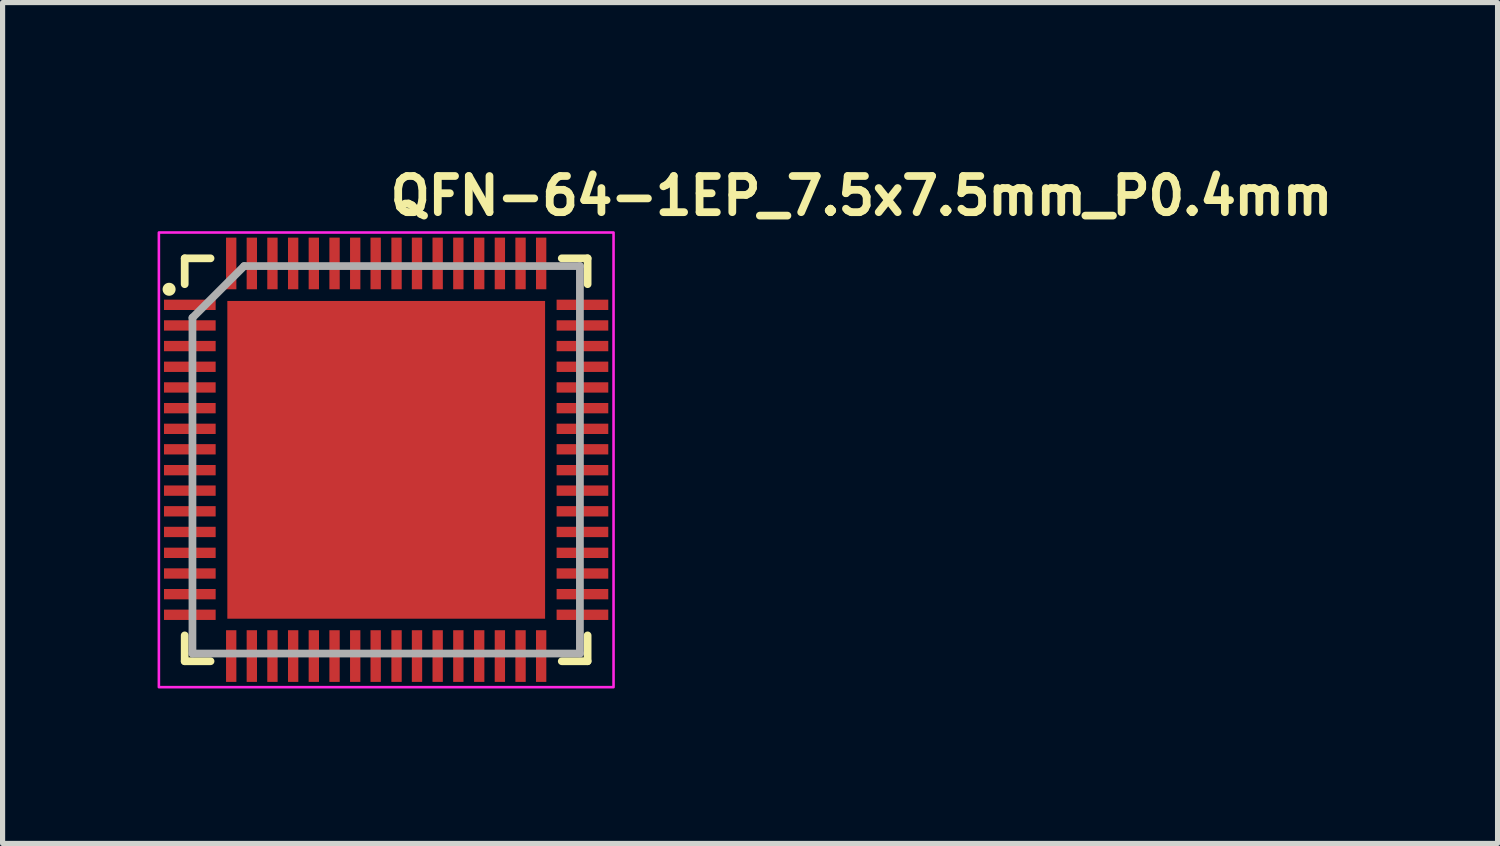
<source format=kicad_pcb>
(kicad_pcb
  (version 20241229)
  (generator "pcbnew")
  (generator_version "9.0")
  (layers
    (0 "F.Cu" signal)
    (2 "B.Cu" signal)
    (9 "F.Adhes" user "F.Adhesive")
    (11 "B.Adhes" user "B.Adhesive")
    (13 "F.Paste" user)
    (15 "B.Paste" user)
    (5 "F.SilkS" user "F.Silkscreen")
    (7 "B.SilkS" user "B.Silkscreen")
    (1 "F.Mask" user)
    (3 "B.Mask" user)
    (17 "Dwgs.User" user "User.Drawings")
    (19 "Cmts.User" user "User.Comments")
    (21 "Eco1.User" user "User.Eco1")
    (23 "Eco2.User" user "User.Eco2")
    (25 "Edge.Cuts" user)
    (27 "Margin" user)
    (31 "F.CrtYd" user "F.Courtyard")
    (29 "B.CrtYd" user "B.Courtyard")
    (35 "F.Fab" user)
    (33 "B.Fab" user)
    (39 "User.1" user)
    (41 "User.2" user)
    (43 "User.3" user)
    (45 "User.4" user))
  (footprint "QFN-64-1EP_7.5x7.5mm_P0.4mm"
    (layer "F.Cu")
    (at 4.425 5.85)
    (property "Reference" "QFN-64-1EP_7.5x7.5mm_P0.4mm" (at 0 -4.7 0) (layer "F.SilkS") (effects (font (size 0.7 0.7) (thickness 0.15)) (justify left bottom)))
    (attr smd)
    (fp_line (start -3.9 -3.9) (end -3.4 -3.9) (stroke (width 0.15) (type solid)) (layer "F.SilkS"))
    (fp_line (start -3.9 -3.4) (end -3.9 -3.9) (stroke (width 0.15) (type solid)) (layer "F.SilkS"))
    (fp_line (start -3.9 3.898) (end -3.9 3.398) (stroke (width 0.15) (type solid)) (layer "F.SilkS"))
    (fp_line (start -3.4 3.898) (end -3.9 3.898) (stroke (width 0.15) (type solid)) (layer "F.SilkS"))
    (fp_line (start 3.398 -3.9) (end 3.898 -3.9) (stroke (width 0.15) (type solid)) (layer "F.SilkS"))
    (fp_line (start 3.398 3.898) (end 3.898 3.898) (stroke (width 0.15) (type solid)) (layer "F.SilkS"))
    (fp_line (start 3.898 -3.9) (end 3.898 -3.4) (stroke (width 0.15) (type solid)) (layer "F.SilkS"))
    (fp_line (start 3.898 3.898) (end 3.898 3.398) (stroke (width 0.15) (type solid)) (layer "F.SilkS"))
    (fp_circle (center -4.202 -3.301) (end -4.151 -3.301) (stroke (width 0.15) (type solid)) (fill yes) (layer "F.SilkS"))
    (fp_poly (pts (xy -2.681 1.126) (xy -1.18 1.126) (xy -1.18 2.68) (xy -2.681 2.68)) (stroke (width 0.01) (type solid)) (fill yes) (layer "F.Paste"))
    (fp_poly (pts (xy -1.17 -1.131) (xy -2.67 -1.131) (xy -2.67 -2.681) (xy -1.17 -2.681)) (stroke (width 0.01) (type solid)) (fill yes) (layer "F.Paste"))
    (fp_poly (pts (xy -1.17 0.77) (xy -2.67 0.77) (xy -2.67 -0.784) (xy -1.17 -0.784)) (stroke (width 0.01) (type solid)) (fill yes) (layer "F.Paste"))
    (fp_poly (pts (xy -0.73 1.126) (xy 0.77 1.126) (xy 0.77 2.68) (xy -0.73 2.68)) (stroke (width 0.01) (type solid)) (fill yes) (layer "F.Paste"))
    (fp_poly (pts (xy 0.726 -1.131) (xy -0.774 -1.131) (xy -0.774 -2.681) (xy 0.726 -2.681)) (stroke (width 0.01) (type solid)) (fill yes) (layer "F.Paste"))
    (fp_poly (pts (xy 0.726 0.77) (xy -0.774 0.77) (xy -0.774 -0.784) (xy 0.726 -0.784)) (stroke (width 0.01) (type solid)) (fill yes) (layer "F.Paste"))
    (fp_poly (pts (xy 1.169 1.126) (xy 2.668 1.126) (xy 2.668 2.68) (xy 1.169 2.68)) (stroke (width 0.01) (type solid)) (fill yes) (layer "F.Paste"))
    (fp_poly (pts (xy 2.68 -1.131) (xy 1.179 -1.131) (xy 1.179 -2.681) (xy 2.68 -2.681)) (stroke (width 0.01) (type solid)) (fill yes) (layer "F.Paste"))
    (fp_poly (pts (xy 2.68 0.77) (xy 1.179 0.77) (xy 1.179 -0.784) (xy 2.68 -0.784)) (stroke (width 0.01) (type solid)) (fill yes) (layer "F.Paste"))
    (fp_rect (start -4.4 -4.4) (end 4.4 4.4) (stroke (width 0.05) (type solid)) (fill no) (layer "F.CrtYd"))
    (fp_line (start -3.75 -2.75) (end -3.75 3.749) (stroke (width 0.15) (type solid)) (layer "F.Fab"))
    (fp_line (start -3.75 3.749) (end 3.749 3.749) (stroke (width 0.15) (type solid)) (layer "F.Fab"))
    (fp_line (start -2.75 -3.75) (end -3.75 -2.75) (stroke (width 0.15) (type solid)) (layer "F.Fab"))
    (fp_line (start 3.749 -3.75) (end -2.75 -3.75) (stroke (width 0.15) (type solid)) (layer "F.Fab"))
    (fp_line (start 3.749 3.749) (end 3.749 -3.75) (stroke (width 0.15) (type solid)) (layer "F.Fab"))
    (fp_rect (start -4 -4) (end 3.999 3.999) (stroke (width 0.1) (type solid)) (fill no) (layer "User.5"))
    (fp_line (start -4 -4) (end -4 3.999) (stroke (width 0.02) (type solid)) (layer "User.9"))
    (fp_line (start -4 3.999) (end 3.999 3.999) (stroke (width 0.02) (type solid)) (layer "User.9"))
    (fp_line (start -3.758 -3.456) (end -3.758 -3.456) (stroke (width 0.02) (type solid)) (layer "User.9"))
    (fp_line (start -3.758 -3.456) (end -3.758 -3.456) (stroke (width 0.02) (type solid)) (layer "User.9"))
    (fp_line (start -3.758 -3.456) (end -3.757 -3.442) (stroke (width 0.02) (type solid)) (layer "User.9"))
    (fp_line (start -3.758 -3.456) (end -3.757 -3.442) (stroke (width 0.02) (type solid)) (layer "User.9"))
    (fp_line (start -3.757 -3.471) (end -3.758 -3.456) (stroke (width 0.02) (type solid)) (layer "User.9"))
    (fp_line (start -3.757 -3.471) (end -3.758 -3.456) (stroke (width 0.02) (type solid)) (layer "User.9"))
    (fp_line (start -3.757 -3.442) (end -3.755 -3.427) (stroke (width 0.02) (type solid)) (layer "User.9"))
    (fp_line (start -3.757 -3.442) (end -3.755 -3.427) (stroke (width 0.02) (type solid)) (layer "User.9"))
    (fp_line (start -3.755 -3.484) (end -3.757 -3.471) (stroke (width 0.02) (type solid)) (layer "User.9"))
    (fp_line (start -3.755 -3.484) (end -3.757 -3.471) (stroke (width 0.02) (type solid)) (layer "User.9"))
    (fp_line (start -3.755 -3.427) (end -3.754 -3.414) (stroke (width 0.02) (type solid)) (layer "User.9"))
    (fp_line (start -3.755 -3.427) (end -3.754 -3.414) (stroke (width 0.02) (type solid)) (layer "User.9"))
    (fp_line (start -3.754 -3.499) (end -3.755 -3.484) (stroke (width 0.02) (type solid)) (layer "User.9"))
    (fp_line (start -3.754 -3.499) (end -3.755 -3.484) (stroke (width 0.02) (type solid)) (layer "User.9"))
    (fp_line (start -3.754 -3.414) (end -3.751 -3.399) (stroke (width 0.02) (type solid)) (layer "User.9"))
    (fp_line (start -3.754 -3.414) (end -3.751 -3.399) (stroke (width 0.02) (type solid)) (layer "User.9"))
    (fp_line (start -3.751 -3.512) (end -3.754 -3.499) (stroke (width 0.02) (type solid)) (layer "User.9"))
    (fp_line (start -3.751 -3.512) (end -3.754 -3.499) (stroke (width 0.02) (type solid)) (layer "User.9"))
    (fp_line (start -3.751 -3.399) (end -3.749 -3.387) (stroke (width 0.02) (type solid)) (layer "User.9"))
    (fp_line (start -3.751 -3.399) (end -3.749 -3.387) (stroke (width 0.02) (type solid)) (layer "User.9"))
    (fp_line (start -3.749 -3.527) (end -3.751 -3.512) (stroke (width 0.02) (type solid)) (layer "User.9"))
    (fp_line (start -3.749 -3.527) (end -3.751 -3.512) (stroke (width 0.02) (type solid)) (layer "User.9"))
    (fp_line (start -3.749 -3.387) (end -3.745 -3.374) (stroke (width 0.02) (type solid)) (layer "User.9"))
    (fp_line (start -3.749 -3.387) (end -3.745 -3.374) (stroke (width 0.02) (type solid)) (layer "User.9"))
    (fp_line (start -3.745 -3.54) (end -3.749 -3.527) (stroke (width 0.02) (type solid)) (layer "User.9"))
    (fp_line (start -3.745 -3.54) (end -3.749 -3.527) (stroke (width 0.02) (type solid)) (layer "User.9"))
    (fp_line (start -3.745 -3.374) (end -3.741 -3.36) (stroke (width 0.02) (type solid)) (layer "User.9"))
    (fp_line (start -3.745 -3.374) (end -3.741 -3.36) (stroke (width 0.02) (type solid)) (layer "User.9"))
    (fp_line (start -3.741 -3.552) (end -3.745 -3.54) (stroke (width 0.02) (type solid)) (layer "User.9"))
    (fp_line (start -3.741 -3.552) (end -3.745 -3.54) (stroke (width 0.02) (type solid)) (layer "User.9"))
    (fp_line (start -3.741 -3.36) (end -3.735 -3.347) (stroke (width 0.02) (type solid)) (layer "User.9"))
    (fp_line (start -3.741 -3.36) (end -3.735 -3.347) (stroke (width 0.02) (type solid)) (layer "User.9"))
    (fp_line (start -3.735 -3.565) (end -3.741 -3.552) (stroke (width 0.02) (type solid)) (layer "User.9"))
    (fp_line (start -3.735 -3.565) (end -3.741 -3.552) (stroke (width 0.02) (type solid)) (layer "User.9"))
    (fp_line (start -3.735 -3.347) (end -3.73 -3.335) (stroke (width 0.02) (type solid)) (layer "User.9"))
    (fp_line (start -3.735 -3.347) (end -3.73 -3.335) (stroke (width 0.02) (type solid)) (layer "User.9"))
    (fp_line (start -3.73 -3.577) (end -3.735 -3.565) (stroke (width 0.02) (type solid)) (layer "User.9"))
    (fp_line (start -3.73 -3.577) (end -3.735 -3.565) (stroke (width 0.02) (type solid)) (layer "User.9"))
    (fp_line (start -3.73 -3.335) (end -3.723 -3.322) (stroke (width 0.02) (type solid)) (layer "User.9"))
    (fp_line (start -3.73 -3.335) (end -3.723 -3.322) (stroke (width 0.02) (type solid)) (layer "User.9"))
    (fp_line (start -3.723 -3.589) (end -3.73 -3.577) (stroke (width 0.02) (type solid)) (layer "User.9"))
    (fp_line (start -3.723 -3.589) (end -3.73 -3.577) (stroke (width 0.02) (type solid)) (layer "User.9"))
    (fp_line (start -3.723 -3.322) (end -3.717 -3.311) (stroke (width 0.02) (type solid)) (layer "User.9"))
    (fp_line (start -3.723 -3.322) (end -3.717 -3.311) (stroke (width 0.02) (type solid)) (layer "User.9"))
    (fp_line (start -3.717 -3.601) (end -3.723 -3.589) (stroke (width 0.02) (type solid)) (layer "User.9"))
    (fp_line (start -3.717 -3.601) (end -3.723 -3.589) (stroke (width 0.02) (type solid)) (layer "User.9"))
    (fp_line (start -3.717 -3.311) (end -3.709 -3.299) (stroke (width 0.02) (type solid)) (layer "User.9"))
    (fp_line (start -3.717 -3.311) (end -3.709 -3.299) (stroke (width 0.02) (type solid)) (layer "User.9"))
    (fp_line (start -3.709 -3.613) (end -3.717 -3.601) (stroke (width 0.02) (type solid)) (layer "User.9"))
    (fp_line (start -3.709 -3.613) (end -3.717 -3.601) (stroke (width 0.02) (type solid)) (layer "User.9"))
    (fp_line (start -3.709 -3.299) (end -3.701 -3.289) (stroke (width 0.02) (type solid)) (layer "User.9"))
    (fp_line (start -3.709 -3.299) (end -3.701 -3.289) (stroke (width 0.02) (type solid)) (layer "User.9"))
    (fp_line (start -3.701 -3.624) (end -3.709 -3.613) (stroke (width 0.02) (type solid)) (layer "User.9"))
    (fp_line (start -3.701 -3.624) (end -3.709 -3.613) (stroke (width 0.02) (type solid)) (layer "User.9"))
    (fp_line (start -3.701 -3.289) (end -3.693 -3.278) (stroke (width 0.02) (type solid)) (layer "User.9"))
    (fp_line (start -3.701 -3.289) (end -3.693 -3.278) (stroke (width 0.02) (type solid)) (layer "User.9"))
    (fp_line (start -3.693 -3.634) (end -3.701 -3.624) (stroke (width 0.02) (type solid)) (layer "User.9"))
    (fp_line (start -3.693 -3.634) (end -3.701 -3.624) (stroke (width 0.02) (type solid)) (layer "User.9"))
    (fp_line (start -3.693 -3.278) (end -3.685 -3.269) (stroke (width 0.02) (type solid)) (layer "User.9"))
    (fp_line (start -3.693 -3.278) (end -3.685 -3.269) (stroke (width 0.02) (type solid)) (layer "User.9"))
    (fp_line (start -3.685 -3.645) (end -3.693 -3.634) (stroke (width 0.02) (type solid)) (layer "User.9"))
    (fp_line (start -3.685 -3.645) (end -3.693 -3.634) (stroke (width 0.02) (type solid)) (layer "User.9"))
    (fp_line (start -3.685 -3.269) (end -3.676 -3.258) (stroke (width 0.02) (type solid)) (layer "User.9"))
    (fp_line (start -3.685 -3.269) (end -3.676 -3.258) (stroke (width 0.02) (type solid)) (layer "User.9"))
    (fp_line (start -3.676 -3.654) (end -3.685 -3.645) (stroke (width 0.02) (type solid)) (layer "User.9"))
    (fp_line (start -3.676 -3.654) (end -3.685 -3.645) (stroke (width 0.02) (type solid)) (layer "User.9"))
    (fp_line (start -3.676 -3.258) (end -3.665 -3.25) (stroke (width 0.02) (type solid)) (layer "User.9"))
    (fp_line (start -3.676 -3.258) (end -3.665 -3.25) (stroke (width 0.02) (type solid)) (layer "User.9"))
    (fp_line (start -3.665 -3.664) (end -3.676 -3.654) (stroke (width 0.02) (type solid)) (layer "User.9"))
    (fp_line (start -3.665 -3.664) (end -3.676 -3.654) (stroke (width 0.02) (type solid)) (layer "User.9"))
    (fp_line (start -3.665 -3.25) (end -3.656 -3.241) (stroke (width 0.02) (type solid)) (layer "User.9"))
    (fp_line (start -3.665 -3.25) (end -3.656 -3.241) (stroke (width 0.02) (type solid)) (layer "User.9"))
    (fp_line (start -3.656 -3.673) (end -3.665 -3.664) (stroke (width 0.02) (type solid)) (layer "User.9"))
    (fp_line (start -3.656 -3.673) (end -3.665 -3.664) (stroke (width 0.02) (type solid)) (layer "User.9"))
    (fp_line (start -3.656 -3.241) (end -3.645 -3.231) (stroke (width 0.02) (type solid)) (layer "User.9"))
    (fp_line (start -3.656 -3.241) (end -3.645 -3.231) (stroke (width 0.02) (type solid)) (layer "User.9"))
    (fp_line (start -3.645 -3.681) (end -3.656 -3.673) (stroke (width 0.02) (type solid)) (layer "User.9"))
    (fp_line (start -3.645 -3.681) (end -3.656 -3.673) (stroke (width 0.02) (type solid)) (layer "User.9"))
    (fp_line (start -3.645 -3.231) (end -3.634 -3.225) (stroke (width 0.02) (type solid)) (layer "User.9"))
    (fp_line (start -3.645 -3.231) (end -3.634 -3.225) (stroke (width 0.02) (type solid)) (layer "User.9"))
    (fp_line (start -3.634 -3.689) (end -3.645 -3.681) (stroke (width 0.02) (type solid)) (layer "User.9"))
    (fp_line (start -3.634 -3.689) (end -3.645 -3.681) (stroke (width 0.02) (type solid)) (layer "User.9"))
    (fp_line (start -3.634 -3.225) (end -3.622 -3.217) (stroke (width 0.02) (type solid)) (layer "User.9"))
    (fp_line (start -3.634 -3.225) (end -3.622 -3.217) (stroke (width 0.02) (type solid)) (layer "User.9"))
    (fp_line (start -3.622 -3.696) (end -3.634 -3.689) (stroke (width 0.02) (type solid)) (layer "User.9"))
    (fp_line (start -3.622 -3.696) (end -3.634 -3.689) (stroke (width 0.02) (type solid)) (layer "User.9"))
    (fp_line (start -3.622 -3.217) (end -3.612 -3.21) (stroke (width 0.02) (type solid)) (layer "User.9"))
    (fp_line (start -3.622 -3.217) (end -3.612 -3.21) (stroke (width 0.02) (type solid)) (layer "User.9"))
    (fp_line (start -3.612 -3.702) (end -3.622 -3.696) (stroke (width 0.02) (type solid)) (layer "User.9"))
    (fp_line (start -3.612 -3.702) (end -3.622 -3.696) (stroke (width 0.02) (type solid)) (layer "User.9"))
    (fp_line (start -3.612 -3.21) (end -3.598 -3.203) (stroke (width 0.02) (type solid)) (layer "User.9"))
    (fp_line (start -3.612 -3.21) (end -3.598 -3.203) (stroke (width 0.02) (type solid)) (layer "User.9"))
    (fp_line (start -3.598 -3.709) (end -3.612 -3.702) (stroke (width 0.02) (type solid)) (layer "User.9"))
    (fp_line (start -3.598 -3.709) (end -3.612 -3.702) (stroke (width 0.02) (type solid)) (layer "User.9"))
    (fp_line (start -3.598 -3.203) (end -3.586 -3.198) (stroke (width 0.02) (type solid)) (layer "User.9"))
    (fp_line (start -3.598 -3.203) (end -3.586 -3.198) (stroke (width 0.02) (type solid)) (layer "User.9"))
    (fp_line (start -3.586 -3.714) (end -3.598 -3.709) (stroke (width 0.02) (type solid)) (layer "User.9"))
    (fp_line (start -3.586 -3.714) (end -3.598 -3.709) (stroke (width 0.02) (type solid)) (layer "User.9"))
    (fp_line (start -3.586 -3.198) (end -3.573 -3.193) (stroke (width 0.02) (type solid)) (layer "User.9"))
    (fp_line (start -3.586 -3.198) (end -3.573 -3.193) (stroke (width 0.02) (type solid)) (layer "User.9"))
    (fp_line (start -3.573 -3.719) (end -3.586 -3.714) (stroke (width 0.02) (type solid)) (layer "User.9"))
    (fp_line (start -3.573 -3.719) (end -3.586 -3.714) (stroke (width 0.02) (type solid)) (layer "User.9"))
    (fp_line (start -3.573 -3.193) (end -3.56 -3.189) (stroke (width 0.02) (type solid)) (layer "User.9"))
    (fp_line (start -3.573 -3.193) (end -3.56 -3.189) (stroke (width 0.02) (type solid)) (layer "User.9"))
    (fp_line (start -3.56 -3.723) (end -3.573 -3.719) (stroke (width 0.02) (type solid)) (layer "User.9"))
    (fp_line (start -3.56 -3.723) (end -3.573 -3.719) (stroke (width 0.02) (type solid)) (layer "User.9"))
    (fp_line (start -3.56 -3.189) (end -3.548 -3.185) (stroke (width 0.02) (type solid)) (layer "User.9"))
    (fp_line (start -3.56 -3.189) (end -3.548 -3.185) (stroke (width 0.02) (type solid)) (layer "User.9"))
    (fp_line (start -3.548 -3.727) (end -3.56 -3.723) (stroke (width 0.02) (type solid)) (layer "User.9"))
    (fp_line (start -3.548 -3.727) (end -3.56 -3.723) (stroke (width 0.02) (type solid)) (layer "User.9"))
    (fp_line (start -3.548 -3.185) (end -3.535 -3.181) (stroke (width 0.02) (type solid)) (layer "User.9"))
    (fp_line (start -3.548 -3.185) (end -3.535 -3.181) (stroke (width 0.02) (type solid)) (layer "User.9"))
    (fp_line (start -3.535 -3.73) (end -3.548 -3.727) (stroke (width 0.02) (type solid)) (layer "User.9"))
    (fp_line (start -3.535 -3.73) (end -3.548 -3.727) (stroke (width 0.02) (type solid)) (layer "User.9"))
    (fp_line (start -3.535 -3.181) (end -3.52 -3.18) (stroke (width 0.02) (type solid)) (layer "User.9"))
    (fp_line (start -3.535 -3.181) (end -3.52 -3.18) (stroke (width 0.02) (type solid)) (layer "User.9"))
    (fp_line (start -3.52 -3.734) (end -3.535 -3.73) (stroke (width 0.02) (type solid)) (layer "User.9"))
    (fp_line (start -3.52 -3.734) (end -3.535 -3.73) (stroke (width 0.02) (type solid)) (layer "User.9"))
    (fp_line (start -3.52 -3.18) (end -3.507 -3.177) (stroke (width 0.02) (type solid)) (layer "User.9"))
    (fp_line (start -3.52 -3.18) (end -3.507 -3.177) (stroke (width 0.02) (type solid)) (layer "User.9"))
    (fp_line (start -3.507 -3.735) (end -3.52 -3.734) (stroke (width 0.02) (type solid)) (layer "User.9"))
    (fp_line (start -3.507 -3.735) (end -3.52 -3.734) (stroke (width 0.02) (type solid)) (layer "User.9"))
    (fp_line (start -3.507 -3.177) (end -3.492 -3.177) (stroke (width 0.02) (type solid)) (layer "User.9"))
    (fp_line (start -3.507 -3.177) (end -3.492 -3.177) (stroke (width 0.02) (type solid)) (layer "User.9"))
    (fp_line (start -3.492 -3.737) (end -3.507 -3.735) (stroke (width 0.02) (type solid)) (layer "User.9"))
    (fp_line (start -3.492 -3.737) (end -3.507 -3.735) (stroke (width 0.02) (type solid)) (layer "User.9"))
    (fp_line (start -3.492 -3.177) (end -3.477 -3.176) (stroke (width 0.02) (type solid)) (layer "User.9"))
    (fp_line (start -3.492 -3.177) (end -3.477 -3.176) (stroke (width 0.02) (type solid)) (layer "User.9"))
    (fp_line (start -3.477 -3.737) (end -3.492 -3.737) (stroke (width 0.02) (type solid)) (layer "User.9"))
    (fp_line (start -3.477 -3.737) (end -3.492 -3.737) (stroke (width 0.02) (type solid)) (layer "User.9"))
    (fp_line (start -3.477 -3.176) (end -3.464 -3.177) (stroke (width 0.02) (type solid)) (layer "User.9"))
    (fp_line (start -3.477 -3.176) (end -3.464 -3.177) (stroke (width 0.02) (type solid)) (layer "User.9"))
    (fp_line (start -3.464 -3.737) (end -3.477 -3.737) (stroke (width 0.02) (type solid)) (layer "User.9"))
    (fp_line (start -3.464 -3.737) (end -3.477 -3.737) (stroke (width 0.02) (type solid)) (layer "User.9"))
    (fp_line (start -3.464 -3.177) (end -3.45 -3.177) (stroke (width 0.02) (type solid)) (layer "User.9"))
    (fp_line (start -3.464 -3.177) (end -3.45 -3.177) (stroke (width 0.02) (type solid)) (layer "User.9"))
    (fp_line (start -3.45 -3.735) (end -3.464 -3.737) (stroke (width 0.02) (type solid)) (layer "User.9"))
    (fp_line (start -3.45 -3.735) (end -3.464 -3.737) (stroke (width 0.02) (type solid)) (layer "User.9"))
    (fp_line (start -3.45 -3.177) (end -3.435 -3.18) (stroke (width 0.02) (type solid)) (layer "User.9"))
    (fp_line (start -3.45 -3.177) (end -3.435 -3.18) (stroke (width 0.02) (type solid)) (layer "User.9"))
    (fp_line (start -3.435 -3.734) (end -3.45 -3.735) (stroke (width 0.02) (type solid)) (layer "User.9"))
    (fp_line (start -3.435 -3.734) (end -3.45 -3.735) (stroke (width 0.02) (type solid)) (layer "User.9"))
    (fp_line (start -3.435 -3.18) (end -3.422 -3.181) (stroke (width 0.02) (type solid)) (layer "User.9"))
    (fp_line (start -3.435 -3.18) (end -3.422 -3.181) (stroke (width 0.02) (type solid)) (layer "User.9"))
    (fp_line (start -3.422 -3.73) (end -3.435 -3.734) (stroke (width 0.02) (type solid)) (layer "User.9"))
    (fp_line (start -3.422 -3.73) (end -3.435 -3.734) (stroke (width 0.02) (type solid)) (layer "User.9"))
    (fp_line (start -3.422 -3.181) (end -3.407 -3.185) (stroke (width 0.02) (type solid)) (layer "User.9"))
    (fp_line (start -3.422 -3.181) (end -3.407 -3.185) (stroke (width 0.02) (type solid)) (layer "User.9"))
    (fp_line (start -3.407 -3.727) (end -3.422 -3.73) (stroke (width 0.02) (type solid)) (layer "User.9"))
    (fp_line (start -3.407 -3.727) (end -3.422 -3.73) (stroke (width 0.02) (type solid)) (layer "User.9"))
    (fp_line (start -3.407 -3.185) (end -3.395 -3.189) (stroke (width 0.02) (type solid)) (layer "User.9"))
    (fp_line (start -3.407 -3.185) (end -3.395 -3.189) (stroke (width 0.02) (type solid)) (layer "User.9"))
    (fp_line (start -3.395 -3.723) (end -3.407 -3.727) (stroke (width 0.02) (type solid)) (layer "User.9"))
    (fp_line (start -3.395 -3.723) (end -3.407 -3.727) (stroke (width 0.02) (type solid)) (layer "User.9"))
    (fp_line (start -3.395 -3.189) (end -3.382 -3.193) (stroke (width 0.02) (type solid)) (layer "User.9"))
    (fp_line (start -3.395 -3.189) (end -3.382 -3.193) (stroke (width 0.02) (type solid)) (layer "User.9"))
    (fp_line (start -3.382 -3.719) (end -3.395 -3.723) (stroke (width 0.02) (type solid)) (layer "User.9"))
    (fp_line (start -3.382 -3.719) (end -3.395 -3.723) (stroke (width 0.02) (type solid)) (layer "User.9"))
    (fp_line (start -3.382 -3.193) (end -3.368 -3.198) (stroke (width 0.02) (type solid)) (layer "User.9"))
    (fp_line (start -3.382 -3.193) (end -3.368 -3.198) (stroke (width 0.02) (type solid)) (layer "User.9"))
    (fp_line (start -3.368 -3.714) (end -3.382 -3.719) (stroke (width 0.02) (type solid)) (layer "User.9"))
    (fp_line (start -3.368 -3.714) (end -3.382 -3.719) (stroke (width 0.02) (type solid)) (layer "User.9"))
    (fp_line (start -3.368 -3.198) (end -3.356 -3.203) (stroke (width 0.02) (type solid)) (layer "User.9"))
    (fp_line (start -3.368 -3.198) (end -3.356 -3.203) (stroke (width 0.02) (type solid)) (layer "User.9"))
    (fp_line (start -3.356 -3.709) (end -3.368 -3.714) (stroke (width 0.02) (type solid)) (layer "User.9"))
    (fp_line (start -3.356 -3.709) (end -3.368 -3.714) (stroke (width 0.02) (type solid)) (layer "User.9"))
    (fp_line (start -3.356 -3.203) (end -3.344 -3.21) (stroke (width 0.02) (type solid)) (layer "User.9"))
    (fp_line (start -3.356 -3.203) (end -3.344 -3.21) (stroke (width 0.02) (type solid)) (layer "User.9"))
    (fp_line (start -3.344 -3.702) (end -3.356 -3.709) (stroke (width 0.02) (type solid)) (layer "User.9"))
    (fp_line (start -3.344 -3.702) (end -3.356 -3.709) (stroke (width 0.02) (type solid)) (layer "User.9"))
    (fp_line (start -3.344 -3.21) (end -3.332 -3.217) (stroke (width 0.02) (type solid)) (layer "User.9"))
    (fp_line (start -3.344 -3.21) (end -3.332 -3.217) (stroke (width 0.02) (type solid)) (layer "User.9"))
    (fp_line (start -3.332 -3.696) (end -3.344 -3.702) (stroke (width 0.02) (type solid)) (layer "User.9"))
    (fp_line (start -3.332 -3.696) (end -3.344 -3.702) (stroke (width 0.02) (type solid)) (layer "User.9"))
    (fp_line (start -3.332 -3.217) (end -3.322 -3.225) (stroke (width 0.02) (type solid)) (layer "User.9"))
    (fp_line (start -3.332 -3.217) (end -3.322 -3.225) (stroke (width 0.02) (type solid)) (layer "User.9"))
    (fp_line (start -3.322 -3.689) (end -3.332 -3.696) (stroke (width 0.02) (type solid)) (layer "User.9"))
    (fp_line (start -3.322 -3.689) (end -3.332 -3.696) (stroke (width 0.02) (type solid)) (layer "User.9"))
    (fp_line (start -3.322 -3.225) (end -3.31 -3.231) (stroke (width 0.02) (type solid)) (layer "User.9"))
    (fp_line (start -3.322 -3.225) (end -3.31 -3.231) (stroke (width 0.02) (type solid)) (layer "User.9"))
    (fp_line (start -3.31 -3.681) (end -3.322 -3.689) (stroke (width 0.02) (type solid)) (layer "User.9"))
    (fp_line (start -3.31 -3.681) (end -3.322 -3.689) (stroke (width 0.02) (type solid)) (layer "User.9"))
    (fp_line (start -3.31 -3.231) (end -3.299 -3.241) (stroke (width 0.02) (type solid)) (layer "User.9"))
    (fp_line (start -3.31 -3.231) (end -3.299 -3.241) (stroke (width 0.02) (type solid)) (layer "User.9"))
    (fp_line (start -3.299 -3.673) (end -3.31 -3.681) (stroke (width 0.02) (type solid)) (layer "User.9"))
    (fp_line (start -3.299 -3.673) (end -3.31 -3.681) (stroke (width 0.02) (type solid)) (layer "User.9"))
    (fp_line (start -3.299 -3.241) (end -3.29 -3.25) (stroke (width 0.02) (type solid)) (layer "User.9"))
    (fp_line (start -3.299 -3.241) (end -3.29 -3.25) (stroke (width 0.02) (type solid)) (layer "User.9"))
    (fp_line (start -3.29 -3.664) (end -3.299 -3.673) (stroke (width 0.02) (type solid)) (layer "User.9"))
    (fp_line (start -3.29 -3.664) (end -3.299 -3.673) (stroke (width 0.02) (type solid)) (layer "User.9"))
    (fp_line (start -3.29 -3.25) (end -3.279 -3.258) (stroke (width 0.02) (type solid)) (layer "User.9"))
    (fp_line (start -3.29 -3.25) (end -3.279 -3.258) (stroke (width 0.02) (type solid)) (layer "User.9"))
    (fp_line (start -3.279 -3.654) (end -3.29 -3.664) (stroke (width 0.02) (type solid)) (layer "User.9"))
    (fp_line (start -3.279 -3.654) (end -3.29 -3.664) (stroke (width 0.02) (type solid)) (layer "User.9"))
    (fp_line (start -3.279 -3.258) (end -3.27 -3.269) (stroke (width 0.02) (type solid)) (layer "User.9"))
    (fp_line (start -3.279 -3.258) (end -3.27 -3.269) (stroke (width 0.02) (type solid)) (layer "User.9"))
    (fp_line (start -3.27 -3.645) (end -3.279 -3.654) (stroke (width 0.02) (type solid)) (layer "User.9"))
    (fp_line (start -3.27 -3.645) (end -3.279 -3.654) (stroke (width 0.02) (type solid)) (layer "User.9"))
    (fp_line (start -3.27 -3.269) (end -3.262 -3.278) (stroke (width 0.02) (type solid)) (layer "User.9"))
    (fp_line (start -3.27 -3.269) (end -3.262 -3.278) (stroke (width 0.02) (type solid)) (layer "User.9"))
    (fp_line (start -3.262 -3.634) (end -3.27 -3.645) (stroke (width 0.02) (type solid)) (layer "User.9"))
    (fp_line (start -3.262 -3.634) (end -3.27 -3.645) (stroke (width 0.02) (type solid)) (layer "User.9"))
    (fp_line (start -3.262 -3.278) (end -3.254 -3.289) (stroke (width 0.02) (type solid)) (layer "User.9"))
    (fp_line (start -3.262 -3.278) (end -3.254 -3.289) (stroke (width 0.02) (type solid)) (layer "User.9"))
    (fp_line (start -3.254 -3.624) (end -3.262 -3.634) (stroke (width 0.02) (type solid)) (layer "User.9"))
    (fp_line (start -3.254 -3.624) (end -3.262 -3.634) (stroke (width 0.02) (type solid)) (layer "User.9"))
    (fp_line (start -3.254 -3.289) (end -3.246 -3.299) (stroke (width 0.02) (type solid)) (layer "User.9"))
    (fp_line (start -3.254 -3.289) (end -3.246 -3.299) (stroke (width 0.02) (type solid)) (layer "User.9"))
    (fp_line (start -3.246 -3.613) (end -3.254 -3.624) (stroke (width 0.02) (type solid)) (layer "User.9"))
    (fp_line (start -3.246 -3.613) (end -3.254 -3.624) (stroke (width 0.02) (type solid)) (layer "User.9"))
    (fp_line (start -3.246 -3.299) (end -3.238 -3.311) (stroke (width 0.02) (type solid)) (layer "User.9"))
    (fp_line (start -3.246 -3.299) (end -3.238 -3.311) (stroke (width 0.02) (type solid)) (layer "User.9"))
    (fp_line (start -3.238 -3.601) (end -3.246 -3.613) (stroke (width 0.02) (type solid)) (layer "User.9"))
    (fp_line (start -3.238 -3.601) (end -3.246 -3.613) (stroke (width 0.02) (type solid)) (layer "User.9"))
    (fp_line (start -3.238 -3.311) (end -3.231 -3.322) (stroke (width 0.02) (type solid)) (layer "User.9"))
    (fp_line (start -3.238 -3.311) (end -3.231 -3.322) (stroke (width 0.02) (type solid)) (layer "User.9"))
    (fp_line (start -3.231 -3.589) (end -3.238 -3.601) (stroke (width 0.02) (type solid)) (layer "User.9"))
    (fp_line (start -3.231 -3.589) (end -3.238 -3.601) (stroke (width 0.02) (type solid)) (layer "User.9"))
    (fp_line (start -3.231 -3.322) (end -3.226 -3.335) (stroke (width 0.02) (type solid)) (layer "User.9"))
    (fp_line (start -3.231 -3.322) (end -3.226 -3.335) (stroke (width 0.02) (type solid)) (layer "User.9"))
    (fp_line (start -3.226 -3.577) (end -3.231 -3.589) (stroke (width 0.02) (type solid)) (layer "User.9"))
    (fp_line (start -3.226 -3.577) (end -3.231 -3.589) (stroke (width 0.02) (type solid)) (layer "User.9"))
    (fp_line (start -3.226 -3.335) (end -3.221 -3.347) (stroke (width 0.02) (type solid)) (layer "User.9"))
    (fp_line (start -3.226 -3.335) (end -3.221 -3.347) (stroke (width 0.02) (type solid)) (layer "User.9"))
    (fp_line (start -3.221 -3.565) (end -3.226 -3.577) (stroke (width 0.02) (type solid)) (layer "User.9"))
    (fp_line (start -3.221 -3.565) (end -3.226 -3.577) (stroke (width 0.02) (type solid)) (layer "User.9"))
    (fp_line (start -3.221 -3.347) (end -3.215 -3.36) (stroke (width 0.02) (type solid)) (layer "User.9"))
    (fp_line (start -3.221 -3.347) (end -3.215 -3.36) (stroke (width 0.02) (type solid)) (layer "User.9"))
    (fp_line (start -3.215 -3.552) (end -3.221 -3.565) (stroke (width 0.02) (type solid)) (layer "User.9"))
    (fp_line (start -3.215 -3.552) (end -3.221 -3.565) (stroke (width 0.02) (type solid)) (layer "User.9"))
    (fp_line (start -3.215 -3.36) (end -3.21 -3.374) (stroke (width 0.02) (type solid)) (layer "User.9"))
    (fp_line (start -3.215 -3.36) (end -3.21 -3.374) (stroke (width 0.02) (type solid)) (layer "User.9"))
    (fp_line (start -3.21 -3.54) (end -3.215 -3.552) (stroke (width 0.02) (type solid)) (layer "User.9"))
    (fp_line (start -3.21 -3.54) (end -3.215 -3.552) (stroke (width 0.02) (type solid)) (layer "User.9"))
    (fp_line (start -3.21 -3.374) (end -3.206 -3.387) (stroke (width 0.02) (type solid)) (layer "User.9"))
    (fp_line (start -3.21 -3.374) (end -3.206 -3.387) (stroke (width 0.02) (type solid)) (layer "User.9"))
    (fp_line (start -3.206 -3.527) (end -3.21 -3.54) (stroke (width 0.02) (type solid)) (layer "User.9"))
    (fp_line (start -3.206 -3.527) (end -3.21 -3.54) (stroke (width 0.02) (type solid)) (layer "User.9"))
    (fp_line (start -3.206 -3.387) (end -3.203 -3.399) (stroke (width 0.02) (type solid)) (layer "User.9"))
    (fp_line (start -3.206 -3.387) (end -3.203 -3.399) (stroke (width 0.02) (type solid)) (layer "User.9"))
    (fp_line (start -3.203 -3.512) (end -3.206 -3.527) (stroke (width 0.02) (type solid)) (layer "User.9"))
    (fp_line (start -3.203 -3.512) (end -3.206 -3.527) (stroke (width 0.02) (type solid)) (layer "User.9"))
    (fp_line (start -3.203 -3.399) (end -3.202 -3.414) (stroke (width 0.02) (type solid)) (layer "User.9"))
    (fp_line (start -3.203 -3.399) (end -3.202 -3.414) (stroke (width 0.02) (type solid)) (layer "User.9"))
    (fp_line (start -3.202 -3.499) (end -3.203 -3.512) (stroke (width 0.02) (type solid)) (layer "User.9"))
    (fp_line (start -3.202 -3.499) (end -3.203 -3.512) (stroke (width 0.02) (type solid)) (layer "User.9"))
    (fp_line (start -3.202 -3.414) (end -3.2 -3.427) (stroke (width 0.02) (type solid)) (layer "User.9"))
    (fp_line (start -3.202 -3.414) (end -3.2 -3.427) (stroke (width 0.02) (type solid)) (layer "User.9"))
    (fp_line (start -3.2 -3.484) (end -3.202 -3.499) (stroke (width 0.02) (type solid)) (layer "User.9"))
    (fp_line (start -3.2 -3.484) (end -3.202 -3.499) (stroke (width 0.02) (type solid)) (layer "User.9"))
    (fp_line (start -3.2 -3.427) (end -3.198 -3.442) (stroke (width 0.02) (type solid)) (layer "User.9"))
    (fp_line (start -3.2 -3.427) (end -3.198 -3.442) (stroke (width 0.02) (type solid)) (layer "User.9"))
    (fp_line (start -3.198 -3.471) (end -3.2 -3.484) (stroke (width 0.02) (type solid)) (layer "User.9"))
    (fp_line (start -3.198 -3.471) (end -3.2 -3.484) (stroke (width 0.02) (type solid)) (layer "User.9"))
    (fp_line (start -3.198 -3.456) (end -3.198 -3.471) (stroke (width 0.02) (type solid)) (layer "User.9"))
    (fp_line (start -3.198 -3.456) (end -3.198 -3.471) (stroke (width 0.02) (type solid)) (layer "User.9"))
    (fp_line (start -3.198 -3.456) (end -3.198 -3.456) (stroke (width 0.02) (type solid)) (layer "User.9"))
    (fp_line (start -3.198 -3.456) (end -3.198 -3.456) (stroke (width 0.02) (type solid)) (layer "User.9"))
    (fp_line (start -3.198 -3.442) (end -3.198 -3.456) (stroke (width 0.02) (type solid)) (layer "User.9"))
    (fp_line (start -3.198 -3.442) (end -3.198 -3.456) (stroke (width 0.02) (type solid)) (layer "User.9"))
    (fp_line (start 3.999 -4) (end -4 -4) (stroke (width 0.02) (type solid)) (layer "User.9"))
    (fp_line (start 3.999 3.999) (end 3.999 -4) (stroke (width 0.02) (type solid)) (layer "User.9"))
    (pad "1" smd rect (at -3.801 -3 90) (size 0.2 1) (layers "F.Cu" "F.Mask" "F.Paste"))
    (pad "2" smd rect (at -3.801 -2.601 90) (size 0.2 1) (layers "F.Cu" "F.Mask" "F.Paste"))
    (pad "3" smd rect (at -3.801 -2.202 90) (size 0.2 1) (layers "F.Cu" "F.Mask" "F.Paste"))
    (pad "4" smd rect (at -3.801 -1.801 90) (size 0.2 1) (layers "F.Cu" "F.Mask" "F.Paste"))
    (pad "5" smd rect (at -3.801 -1.401 90) (size 0.2 1) (layers "F.Cu" "F.Mask" "F.Paste"))
    (pad "6" smd rect (at -3.801 -1 90) (size 0.2 1) (layers "F.Cu" "F.Mask" "F.Paste"))
    (pad "7" smd rect (at -3.801 -0.6 90) (size 0.2 1) (layers "F.Cu" "F.Mask" "F.Paste"))
    (pad "8" smd rect (at -3.801 -0.204 90) (size 0.2 1) (layers "F.Cu" "F.Mask" "F.Paste"))
    (pad "9" smd rect (at -3.801 0.2 90) (size 0.2 1) (layers "F.Cu" "F.Mask" "F.Paste"))
    (pad "10" smd rect (at -3.801 0.596 90) (size 0.2 1) (layers "F.Cu" "F.Mask" "F.Paste"))
    (pad "11" smd rect (at -3.801 0.996 90) (size 0.2 1) (layers "F.Cu" "F.Mask" "F.Paste"))
    (pad "12" smd rect (at -3.801 1.396 90) (size 0.2 1) (layers "F.Cu" "F.Mask" "F.Paste"))
    (pad "13" smd rect (at -3.801 1.8 90) (size 0.2 1) (layers "F.Cu" "F.Mask" "F.Paste"))
    (pad "14" smd rect (at -3.801 2.2 90) (size 0.2 1) (layers "F.Cu" "F.Mask" "F.Paste"))
    (pad "15" smd rect (at -3.801 2.6 90) (size 0.2 1) (layers "F.Cu" "F.Mask" "F.Paste"))
    (pad "16" smd rect (at -3.801 2.999 90) (size 0.2 1) (layers "F.Cu" "F.Mask" "F.Paste"))
    (pad "17" smd rect (at -3 3.798) (size 0.2 1) (layers "F.Cu" "F.Mask" "F.Paste"))
    (pad "18" smd rect (at -2.601 3.798) (size 0.2 1) (layers "F.Cu" "F.Mask" "F.Paste"))
    (pad "19" smd rect (at -2.202 3.798) (size 0.2 1) (layers "F.Cu" "F.Mask" "F.Paste"))
    (pad "20" smd rect (at -1.801 3.798) (size 0.2 1) (layers "F.Cu" "F.Mask" "F.Paste"))
    (pad "21" smd rect (at -1.401 3.798) (size 0.2 1) (layers "F.Cu" "F.Mask" "F.Paste"))
    (pad "22" smd rect (at -1 3.798) (size 0.2 1) (layers "F.Cu" "F.Mask" "F.Paste"))
    (pad "23" smd rect (at -0.6 3.798) (size 0.2 1) (layers "F.Cu" "F.Mask" "F.Paste"))
    (pad "24" smd rect (at -0.204 3.798) (size 0.2 1) (layers "F.Cu" "F.Mask" "F.Paste"))
    (pad "25" smd rect (at 0.2 3.798) (size 0.2 1) (layers "F.Cu" "F.Mask" "F.Paste"))
    (pad "26" smd rect (at 0.596 3.798) (size 0.2 1) (layers "F.Cu" "F.Mask" "F.Paste"))
    (pad "27" smd rect (at 0.996 3.798) (size 0.2 1) (layers "F.Cu" "F.Mask" "F.Paste"))
    (pad "28" smd rect (at 1.396 3.798) (size 0.2 1) (layers "F.Cu" "F.Mask" "F.Paste"))
    (pad "29" smd rect (at 1.8 3.798) (size 0.2 1) (layers "F.Cu" "F.Mask" "F.Paste"))
    (pad "30" smd rect (at 2.2 3.798) (size 0.2 1) (layers "F.Cu" "F.Mask" "F.Paste"))
    (pad "31" smd rect (at 2.6 3.798) (size 0.2 1) (layers "F.Cu" "F.Mask" "F.Paste"))
    (pad "32" smd rect (at 2.999 3.798) (size 0.2 1) (layers "F.Cu" "F.Mask" "F.Paste"))
    (pad "33" smd rect (at 3.798 2.999 90) (size 0.2 1) (layers "F.Cu" "F.Mask" "F.Paste"))
    (pad "34" smd rect (at 3.798 2.6 90) (size 0.2 1) (layers "F.Cu" "F.Mask" "F.Paste"))
    (pad "35" smd rect (at 3.798 2.2 90) (size 0.2 1) (layers "F.Cu" "F.Mask" "F.Paste"))
    (pad "36" smd rect (at 3.798 1.8 90) (size 0.2 1) (layers "F.Cu" "F.Mask" "F.Paste"))
    (pad "37" smd rect (at 3.798 1.396 90) (size 0.2 1) (layers "F.Cu" "F.Mask" "F.Paste"))
    (pad "38" smd rect (at 3.798 0.996 90) (size 0.2 1) (layers "F.Cu" "F.Mask" "F.Paste"))
    (pad "39" smd rect (at 3.798 0.596 90) (size 0.2 1) (layers "F.Cu" "F.Mask" "F.Paste"))
    (pad "40" smd rect (at 3.798 0.2 90) (size 0.2 1) (layers "F.Cu" "F.Mask" "F.Paste"))
    (pad "41" smd rect (at 3.798 -0.204 90) (size 0.2 1) (layers "F.Cu" "F.Mask" "F.Paste"))
    (pad "42" smd rect (at 3.798 -0.6 90) (size 0.2 1) (layers "F.Cu" "F.Mask" "F.Paste"))
    (pad "43" smd rect (at 3.798 -1 90) (size 0.2 1) (layers "F.Cu" "F.Mask" "F.Paste"))
    (pad "44" smd rect (at 3.798 -1.401 90) (size 0.2 1) (layers "F.Cu" "F.Mask" "F.Paste"))
    (pad "45" smd rect (at 3.798 -1.801 90) (size 0.2 1) (layers "F.Cu" "F.Mask" "F.Paste"))
    (pad "46" smd rect (at 3.798 -2.202 90) (size 0.2 1) (layers "F.Cu" "F.Mask" "F.Paste"))
    (pad "47" smd rect (at 3.798 -2.601 90) (size 0.2 1) (layers "F.Cu" "F.Mask" "F.Paste"))
    (pad "48" smd rect (at 3.798 -3 90) (size 0.2 1) (layers "F.Cu" "F.Mask" "F.Paste"))
    (pad "49" smd rect (at 2.999 -3.801 180) (size 0.2 1) (layers "F.Cu" "F.Mask" "F.Paste"))
    (pad "50" smd rect (at 2.6 -3.801 180) (size 0.2 1) (layers "F.Cu" "F.Mask" "F.Paste"))
    (pad "51" smd rect (at 2.2 -3.801 180) (size 0.2 1) (layers "F.Cu" "F.Mask" "F.Paste"))
    (pad "52" smd rect (at 1.8 -3.801 180) (size 0.2 1) (layers "F.Cu" "F.Mask" "F.Paste"))
    (pad "53" smd rect (at 1.396 -3.801 180) (size 0.2 1) (layers "F.Cu" "F.Mask" "F.Paste"))
    (pad "54" smd rect (at 0.996 -3.801 180) (size 0.2 1) (layers "F.Cu" "F.Mask" "F.Paste"))
    (pad "55" smd rect (at 0.596 -3.801 180) (size 0.2 1) (layers "F.Cu" "F.Mask" "F.Paste"))
    (pad "56" smd rect (at 0.2 -3.801 180) (size 0.2 1) (layers "F.Cu" "F.Mask" "F.Paste"))
    (pad "57" smd rect (at -0.204 -3.801 180) (size 0.2 1) (layers "F.Cu" "F.Mask" "F.Paste"))
    (pad "58" smd rect (at -0.6 -3.801 180) (size 0.2 1) (layers "F.Cu" "F.Mask" "F.Paste"))
    (pad "59" smd rect (at -1 -3.801 180) (size 0.2 1) (layers "F.Cu" "F.Mask" "F.Paste"))
    (pad "60" smd rect (at -1.401 -3.801 180) (size 0.2 1) (layers "F.Cu" "F.Mask" "F.Paste"))
    (pad "61" smd rect (at -1.801 -3.801 180) (size 0.2 1) (layers "F.Cu" "F.Mask" "F.Paste"))
    (pad "62" smd rect (at -2.202 -3.801 180) (size 0.2 1) (layers "F.Cu" "F.Mask" "F.Paste"))
    (pad "63" smd rect (at -2.601 -3.801 180) (size 0.2 1) (layers "F.Cu" "F.Mask" "F.Paste"))
    (pad "64" smd rect (at -3 -3.801 180) (size 0.2 1) (layers "F.Cu" "F.Mask" "F.Paste"))
    (pad "65" smd rect (at 0 0) (size 6.15 6.15) (layers "F.Cu" "F.Mask")))
  (gr_rect
    (start -3 -3)
    (end 25.935 13.275)
    (stroke (width 0.1) (type default))
    (fill no)
    (layer "Edge.Cuts")))
</source>
